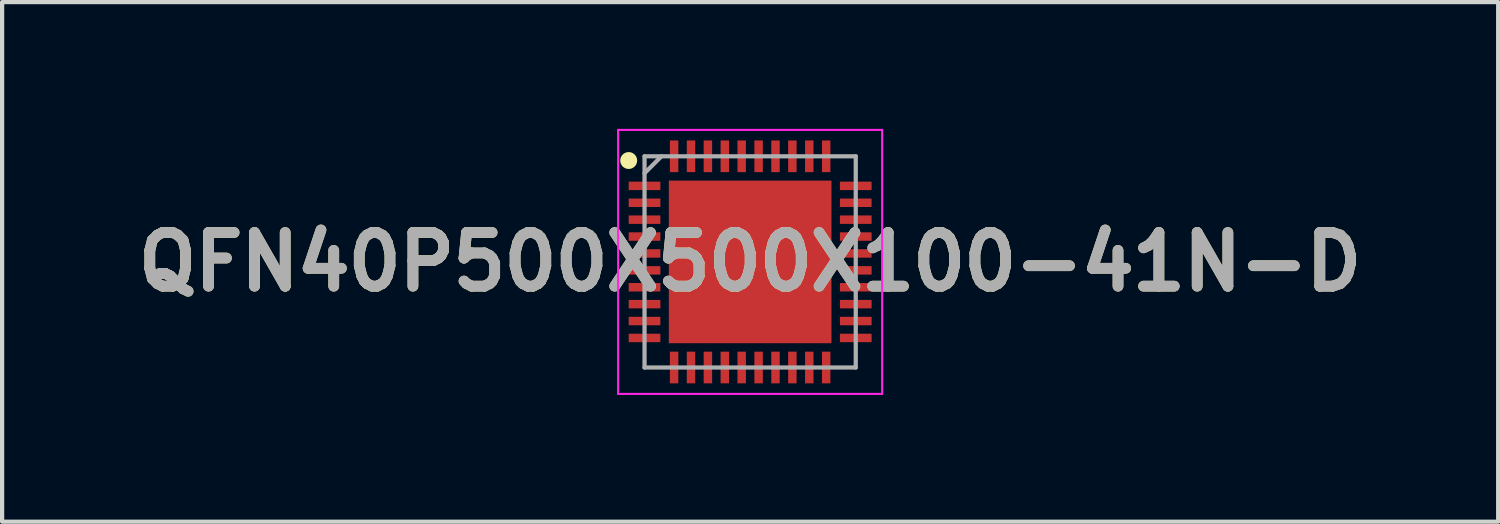
<source format=kicad_pcb>
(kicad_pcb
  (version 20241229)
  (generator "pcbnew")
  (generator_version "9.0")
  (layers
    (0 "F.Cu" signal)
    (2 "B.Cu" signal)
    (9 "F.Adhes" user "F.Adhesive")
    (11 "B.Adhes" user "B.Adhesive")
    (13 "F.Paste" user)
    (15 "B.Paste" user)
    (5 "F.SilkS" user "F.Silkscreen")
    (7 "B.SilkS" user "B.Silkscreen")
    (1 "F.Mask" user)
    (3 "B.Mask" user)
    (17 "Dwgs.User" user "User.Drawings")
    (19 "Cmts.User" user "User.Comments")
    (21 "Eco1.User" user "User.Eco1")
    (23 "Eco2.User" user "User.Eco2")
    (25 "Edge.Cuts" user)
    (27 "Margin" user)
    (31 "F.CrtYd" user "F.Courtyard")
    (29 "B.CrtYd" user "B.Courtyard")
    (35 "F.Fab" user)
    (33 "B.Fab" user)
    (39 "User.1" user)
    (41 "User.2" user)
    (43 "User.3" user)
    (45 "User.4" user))
  (footprint "QFN40P500X500X100-41N-D"
    (layer "F.Cu")
    (at 14.708 3.15)
    (property "Reference" "QFN40P500X500X100-41N-D" (at 0 0 0) (layer "F.SilkS") (effects (font (size 1.27 1.27) (thickness 0.254))))
    (attr smd)
    (fp_circle (center -2.875 -2.4) (end -2.875 -2.3) (stroke (width 0.2) (type solid)) (fill no) (layer "F.SilkS"))
    (fp_line (start -3.125 -3.125) (end 3.125 -3.125) (stroke (width 0.05) (type solid)) (layer "F.CrtYd"))
    (fp_line (start -3.125 3.125) (end -3.125 -3.125) (stroke (width 0.05) (type solid)) (layer "F.CrtYd"))
    (fp_line (start 3.125 -3.125) (end 3.125 3.125) (stroke (width 0.05) (type solid)) (layer "F.CrtYd"))
    (fp_line (start 3.125 3.125) (end -3.125 3.125) (stroke (width 0.05) (type solid)) (layer "F.CrtYd"))
    (fp_line (start -2.5 -2.5) (end 2.5 -2.5) (stroke (width 0.1) (type solid)) (layer "F.Fab"))
    (fp_line (start -2.5 -2.1) (end -2.1 -2.5) (stroke (width 0.1) (type solid)) (layer "F.Fab"))
    (fp_line (start -2.5 2.5) (end -2.5 -2.5) (stroke (width 0.1) (type solid)) (layer "F.Fab"))
    (fp_line (start 2.5 -2.5) (end 2.5 2.5) (stroke (width 0.1) (type solid)) (layer "F.Fab"))
    (fp_line (start 2.5 2.5) (end -2.5 2.5) (stroke (width 0.1) (type solid)) (layer "F.Fab"))
    (fp_text user "${REFERENCE}" (at 0 0 0) (layer "F.Fab") (effects (font (size 1.27 1.27) (thickness 0.254))))
    (pad "1" smd rect (at -2.5 -1.8 90) (size 0.2 0.75) (layers "F.Cu" "F.Mask" "F.Paste"))
    (pad "2" smd rect (at -2.5 -1.4 90) (size 0.2 0.75) (layers "F.Cu" "F.Mask" "F.Paste"))
    (pad "3" smd rect (at -2.5 -1 90) (size 0.2 0.75) (layers "F.Cu" "F.Mask" "F.Paste"))
    (pad "4" smd rect (at -2.5 -0.6 90) (size 0.2 0.75) (layers "F.Cu" "F.Mask" "F.Paste"))
    (pad "5" smd rect (at -2.5 -0.2 90) (size 0.2 0.75) (layers "F.Cu" "F.Mask" "F.Paste"))
    (pad "6" smd rect (at -2.5 0.2 90) (size 0.2 0.75) (layers "F.Cu" "F.Mask" "F.Paste"))
    (pad "7" smd rect (at -2.5 0.6 90) (size 0.2 0.75) (layers "F.Cu" "F.Mask" "F.Paste"))
    (pad "8" smd rect (at -2.5 1 90) (size 0.2 0.75) (layers "F.Cu" "F.Mask" "F.Paste"))
    (pad "9" smd rect (at -2.5 1.4 90) (size 0.2 0.75) (layers "F.Cu" "F.Mask" "F.Paste"))
    (pad "10" smd rect (at -2.5 1.8 90) (size 0.2 0.75) (layers "F.Cu" "F.Mask" "F.Paste"))
    (pad "11" smd rect (at -1.8 2.5) (size 0.2 0.75) (layers "F.Cu" "F.Mask" "F.Paste"))
    (pad "12" smd rect (at -1.4 2.5) (size 0.2 0.75) (layers "F.Cu" "F.Mask" "F.Paste"))
    (pad "13" smd rect (at -1 2.5) (size 0.2 0.75) (layers "F.Cu" "F.Mask" "F.Paste"))
    (pad "14" smd rect (at -0.6 2.5) (size 0.2 0.75) (layers "F.Cu" "F.Mask" "F.Paste"))
    (pad "15" smd rect (at -0.2 2.5) (size 0.2 0.75) (layers "F.Cu" "F.Mask" "F.Paste"))
    (pad "16" smd rect (at 0.2 2.5) (size 0.2 0.75) (layers "F.Cu" "F.Mask" "F.Paste"))
    (pad "17" smd rect (at 0.6 2.5) (size 0.2 0.75) (layers "F.Cu" "F.Mask" "F.Paste"))
    (pad "18" smd rect (at 1 2.5) (size 0.2 0.75) (layers "F.Cu" "F.Mask" "F.Paste"))
    (pad "19" smd rect (at 1.4 2.5) (size 0.2 0.75) (layers "F.Cu" "F.Mask" "F.Paste"))
    (pad "20" smd rect (at 1.8 2.5) (size 0.2 0.75) (layers "F.Cu" "F.Mask" "F.Paste"))
    (pad "21" smd rect (at 2.5 1.8 90) (size 0.2 0.75) (layers "F.Cu" "F.Mask" "F.Paste"))
    (pad "22" smd rect (at 2.5 1.4 90) (size 0.2 0.75) (layers "F.Cu" "F.Mask" "F.Paste"))
    (pad "23" smd rect (at 2.5 1 90) (size 0.2 0.75) (layers "F.Cu" "F.Mask" "F.Paste"))
    (pad "24" smd rect (at 2.5 0.6 90) (size 0.2 0.75) (layers "F.Cu" "F.Mask" "F.Paste"))
    (pad "25" smd rect (at 2.5 0.2 90) (size 0.2 0.75) (layers "F.Cu" "F.Mask" "F.Paste"))
    (pad "26" smd rect (at 2.5 -0.2 90) (size 0.2 0.75) (layers "F.Cu" "F.Mask" "F.Paste"))
    (pad "27" smd rect (at 2.5 -0.6 90) (size 0.2 0.75) (layers "F.Cu" "F.Mask" "F.Paste"))
    (pad "28" smd rect (at 2.5 -1 90) (size 0.2 0.75) (layers "F.Cu" "F.Mask" "F.Paste"))
    (pad "29" smd rect (at 2.5 -1.4 90) (size 0.2 0.75) (layers "F.Cu" "F.Mask" "F.Paste"))
    (pad "30" smd rect (at 2.5 -1.8 90) (size 0.2 0.75) (layers "F.Cu" "F.Mask" "F.Paste"))
    (pad "31" smd rect (at 1.8 -2.5) (size 0.2 0.75) (layers "F.Cu" "F.Mask" "F.Paste"))
    (pad "32" smd rect (at 1.4 -2.5) (size 0.2 0.75) (layers "F.Cu" "F.Mask" "F.Paste"))
    (pad "33" smd rect (at 1 -2.5) (size 0.2 0.75) (layers "F.Cu" "F.Mask" "F.Paste"))
    (pad "34" smd rect (at 0.6 -2.5) (size 0.2 0.75) (layers "F.Cu" "F.Mask" "F.Paste"))
    (pad "35" smd rect (at 0.2 -2.5) (size 0.2 0.75) (layers "F.Cu" "F.Mask" "F.Paste"))
    (pad "36" smd rect (at -0.2 -2.5) (size 0.2 0.75) (layers "F.Cu" "F.Mask" "F.Paste"))
    (pad "37" smd rect (at -0.6 -2.5) (size 0.2 0.75) (layers "F.Cu" "F.Mask" "F.Paste"))
    (pad "38" smd rect (at -1 -2.5) (size 0.2 0.75) (layers "F.Cu" "F.Mask" "F.Paste"))
    (pad "39" smd rect (at -1.4 -2.5) (size 0.2 0.75) (layers "F.Cu" "F.Mask" "F.Paste"))
    (pad "40" smd rect (at -1.8 -2.5) (size 0.2 0.75) (layers "F.Cu" "F.Mask" "F.Paste"))
    (pad "41" smd rect (at 0 0) (size 3.85 3.85) (layers "F.Cu" "F.Mask" "F.Paste")))
  (gr_rect
    (start -3 -3)
    (end 32.416 9.3)
    (stroke (width 0.1) (type default))
    (fill no)
    (layer "Edge.Cuts")))
</source>
